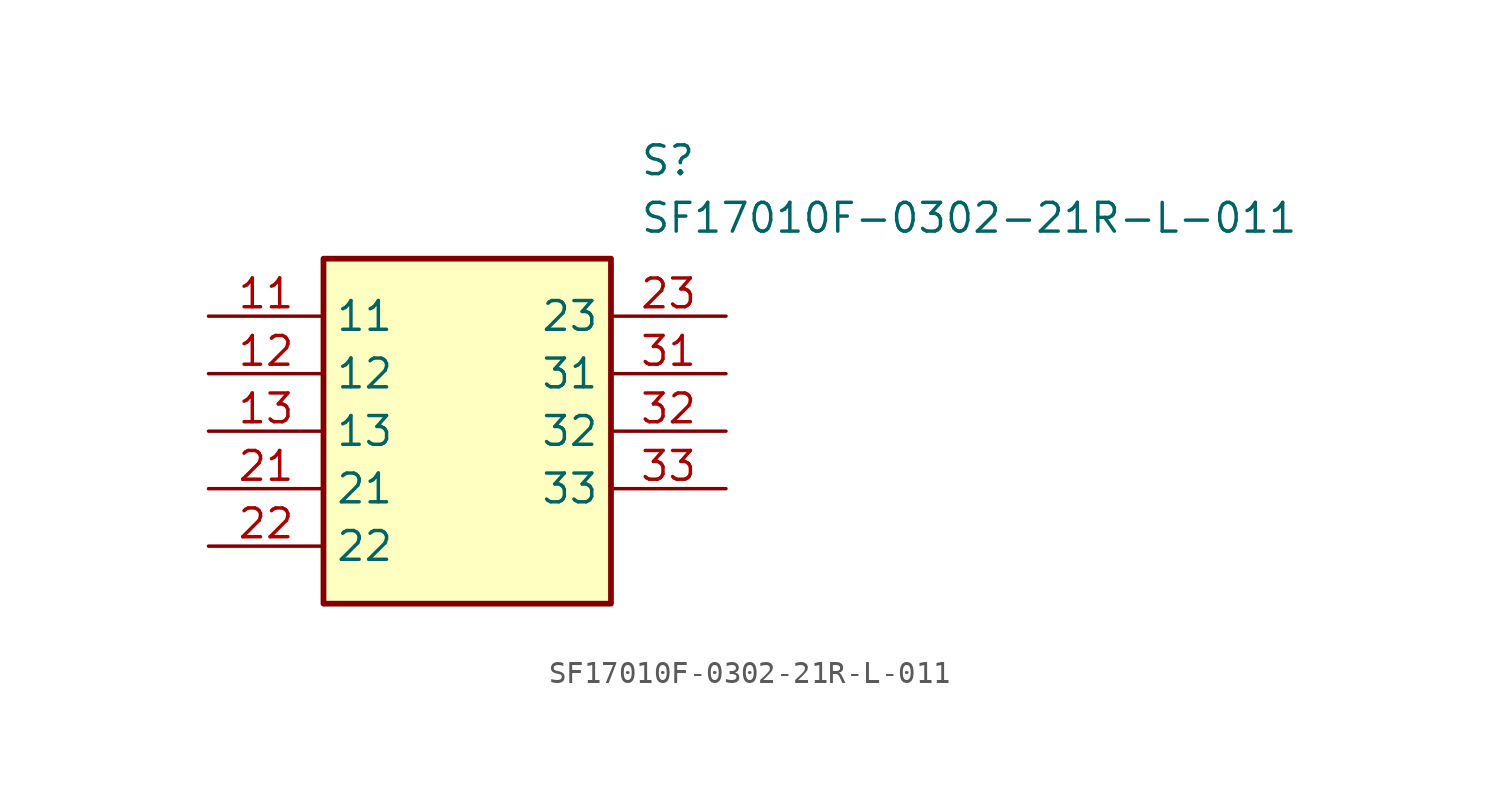
<source format=kicad_sym>
(kicad_symbol_lib
  (version 20231120)
  (generator "kicad_symbol_editor")
  (generator_version "8.0")
  (symbol "SF17010F-0302-21R-L-011"
    (property "Reference" "S"
      (at 19.05 7.62 0)
      (effects (font (size 1.27 1.27)) (justify left top)))
    (property "Value" "SF17010F-0302-21R-L-011"
      (at 19.05 5.08 0)
      (effects (font (size 1.27 1.27)) (justify left top)))
    (symbol "SF17010F-0302-21R-L-011_1_1"
      (rectangle (start 5.08 2.54) (end 17.78 -12.7) (stroke (width 0.254) (type default)) (fill (type background)))
      (pin passive line (at 0 0 0) (length 5.08) (name "11" (effects (font (size 1.27 1.27)))) (number "11" (effects (font (size 1.27 1.27)))))
      (pin passive line (at 0 -2.54 0) (length 5.08) (name "12" (effects (font (size 1.27 1.27)))) (number "12" (effects (font (size 1.27 1.27)))))
      (pin passive line (at 0 -5.08 0) (length 5.08) (name "13" (effects (font (size 1.27 1.27)))) (number "13" (effects (font (size 1.27 1.27)))))
      (pin passive line (at 0 -7.62 0) (length 5.08) (name "21" (effects (font (size 1.27 1.27)))) (number "21" (effects (font (size 1.27 1.27)))))
      (pin passive line (at 0 -10.16 0) (length 5.08) (name "22" (effects (font (size 1.27 1.27)))) (number "22" (effects (font (size 1.27 1.27)))))
      (pin passive line (at 22.86 0 180) (length 5.08) (name "23" (effects (font (size 1.27 1.27)))) (number "23" (effects (font (size 1.27 1.27)))))
      (pin passive line (at 22.86 -2.54 180) (length 5.08) (name "31" (effects (font (size 1.27 1.27)))) (number "31" (effects (font (size 1.27 1.27)))))
      (pin passive line (at 22.86 -5.08 180) (length 5.08) (name "32" (effects (font (size 1.27 1.27)))) (number "32" (effects (font (size 1.27 1.27)))))
      (pin passive line (at 22.86 -7.62 180) (length 5.08) (name "33" (effects (font (size 1.27 1.27)))) (number "33" (effects (font (size 1.27 1.27))))))))
</source>
